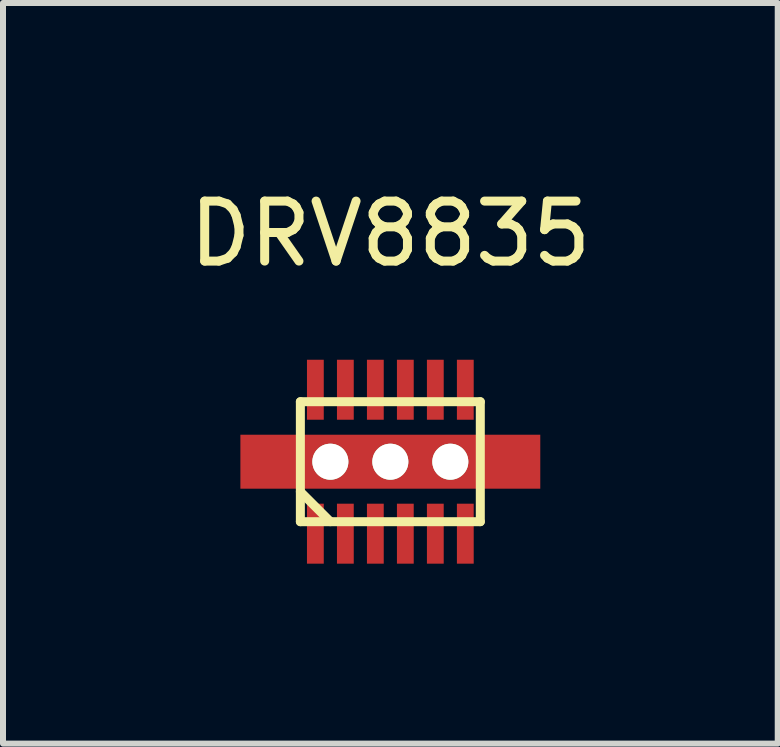
<source format=kicad_pcb>
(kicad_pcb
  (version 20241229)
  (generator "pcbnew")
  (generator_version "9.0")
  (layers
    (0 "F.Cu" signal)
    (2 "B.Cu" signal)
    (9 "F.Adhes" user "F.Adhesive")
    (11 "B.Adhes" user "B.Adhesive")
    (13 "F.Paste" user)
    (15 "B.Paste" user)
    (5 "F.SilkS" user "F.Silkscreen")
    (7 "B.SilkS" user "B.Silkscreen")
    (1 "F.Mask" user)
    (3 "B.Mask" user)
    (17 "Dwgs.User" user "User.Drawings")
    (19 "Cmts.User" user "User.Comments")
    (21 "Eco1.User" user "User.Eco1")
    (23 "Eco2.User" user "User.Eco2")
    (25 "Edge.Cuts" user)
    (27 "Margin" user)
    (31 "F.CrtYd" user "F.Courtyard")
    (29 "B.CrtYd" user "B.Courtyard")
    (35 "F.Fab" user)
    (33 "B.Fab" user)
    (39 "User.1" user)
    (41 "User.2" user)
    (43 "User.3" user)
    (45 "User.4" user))
  (footprint "DRV8835"
    (placed yes)
    (layer "F.Cu")
    (at 3.458 4.648)
    (property "Reference" "DRV8835" (at 0 -3.8 0) (layer "F.SilkS") (effects (font (size 1 1) (thickness 0.15))))
    (attr through_hole)
    (fp_line (start -1.5 -1) (end -1.5 1) (stroke (width 0.15) (type solid)) (layer "F.SilkS"))
    (fp_line (start -1.5 0.5) (end -1 1) (stroke (width 0.15) (type solid)) (layer "F.SilkS"))
    (fp_line (start -1.5 1) (end 1.5 1) (stroke (width 0.15) (type solid)) (layer "F.SilkS"))
    (fp_line (start 1.5 -1) (end -1.5 -1) (stroke (width 0.15) (type solid)) (layer "F.SilkS"))
    (fp_line (start 1.5 1) (end 1.5 -1) (stroke (width 0.15) (type solid)) (layer "F.SilkS"))
    (pad "1" smd rect (at -1.25 0.95) (size 0.28 1) (drill (offset 0 0.25)) (layers "F.Cu" "F.Mask" "F.Paste"))
    (pad "2" smd rect (at -0.75 0.95) (size 0.28 1) (drill (offset 0 0.25)) (layers "F.Cu" "F.Mask" "F.Paste"))
    (pad "3" smd rect (at -0.25 0.95) (size 0.28 1) (drill (offset 0 0.25)) (layers "F.Cu" "F.Mask" "F.Paste"))
    (pad "4" smd rect (at 0.25 0.95) (size 0.28 1) (drill (offset 0 0.25)) (layers "F.Cu" "F.Mask" "F.Paste"))
    (pad "5" smd rect (at 0.75 0.95) (size 0.28 1) (drill (offset 0 0.25)) (layers "F.Cu" "F.Mask" "F.Paste"))
    (pad "6" smd rect (at 1.25 0.95) (size 0.28 1) (drill (offset 0 0.25)) (layers "F.Cu" "F.Mask" "F.Paste"))
    (pad "7" smd rect (at 1.25 -0.95) (size 0.28 1) (drill (offset 0 -0.25)) (layers "F.Cu" "F.Mask" "F.Paste"))
    (pad "8" smd rect (at 0.75 -0.95) (size 0.28 1) (drill (offset 0 -0.25)) (layers "F.Cu" "F.Mask" "F.Paste"))
    (pad "9" smd rect (at 0.25 -0.95) (size 0.28 1) (drill (offset 0 -0.25)) (layers "F.Cu" "F.Mask" "F.Paste"))
    (pad "10" smd rect (at -0.25 -0.95) (size 0.28 1) (drill (offset 0 -0.25)) (layers "F.Cu" "F.Mask" "F.Paste"))
    (pad "11" smd rect (at -0.75 -0.95) (size 0.28 1) (drill (offset 0 -0.25)) (layers "F.Cu" "F.Mask" "F.Paste"))
    (pad "12" smd rect (at -1.25 -0.95) (size 0.28 1) (drill (offset 0 -0.25)) (layers "F.Cu" "F.Mask" "F.Paste"))
    (pad "13" thru_hole circle (at -1 0) (size 0.6 0.6) (drill 0.6) (layers "*.Cu" "*.Mask" "F.SilkS"))
    (pad "13" thru_hole circle (at 0 0) (size 0.6 0.6) (drill 0.6) (layers "*.Cu" "*.Mask" "F.SilkS"))
    (pad "13" smd rect (at 0 0) (size 5 0.9) (layers "F.Cu" "F.Mask" "F.Paste"))
    (pad "13" thru_hole circle (at 1 0) (size 0.6 0.6) (drill 0.6) (layers "*.Cu" "*.Mask" "F.SilkS")))
  (gr_rect
    (start -3 -3)
    (end 9.917 9.348)
    (stroke (width 0.1) (type default))
    (fill no)
    (layer "Edge.Cuts")))
</source>
